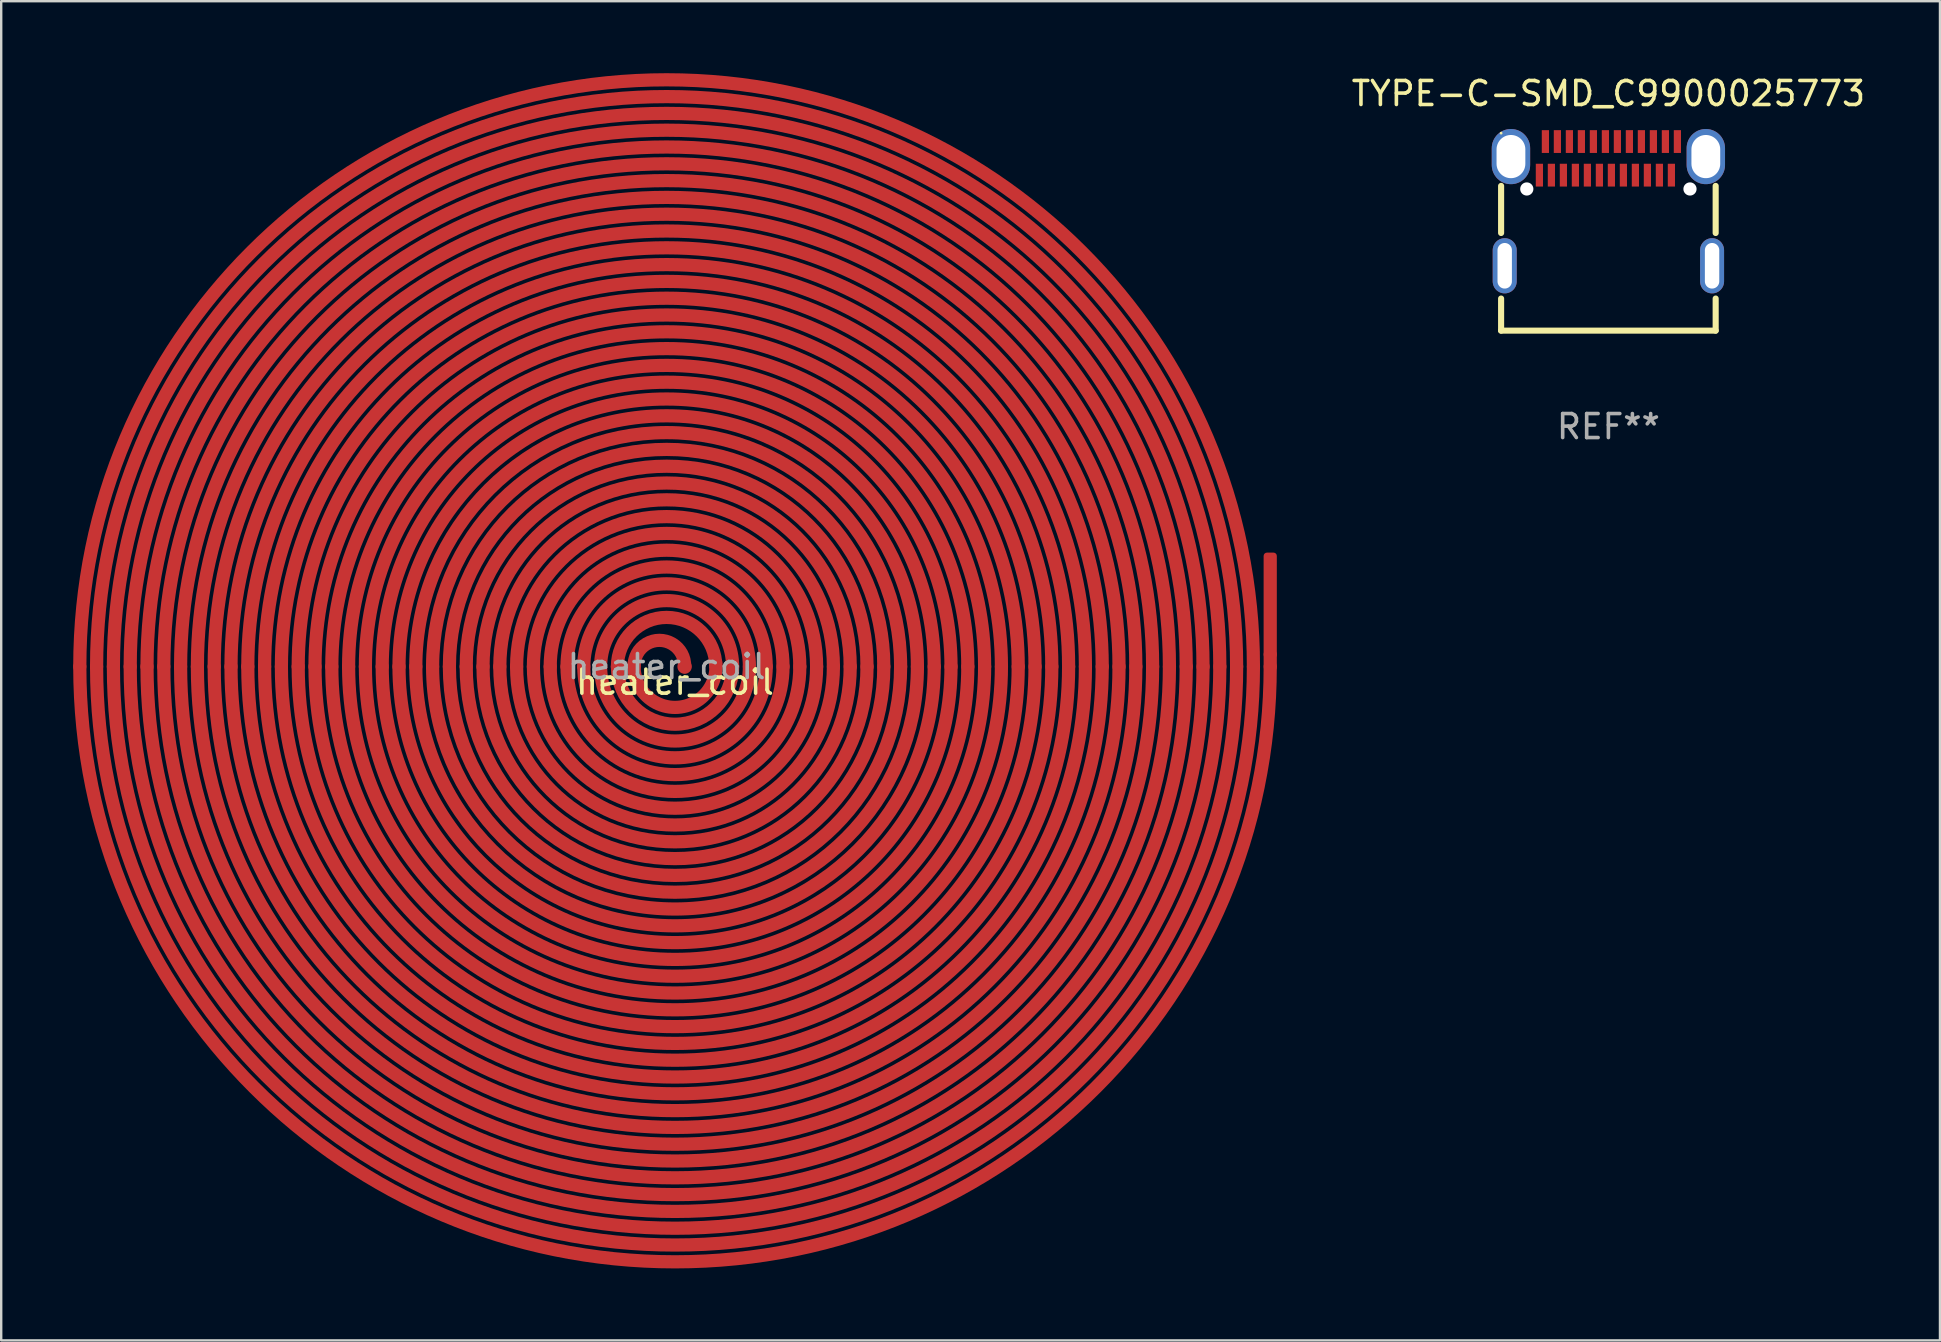
<source format=kicad_pcb>
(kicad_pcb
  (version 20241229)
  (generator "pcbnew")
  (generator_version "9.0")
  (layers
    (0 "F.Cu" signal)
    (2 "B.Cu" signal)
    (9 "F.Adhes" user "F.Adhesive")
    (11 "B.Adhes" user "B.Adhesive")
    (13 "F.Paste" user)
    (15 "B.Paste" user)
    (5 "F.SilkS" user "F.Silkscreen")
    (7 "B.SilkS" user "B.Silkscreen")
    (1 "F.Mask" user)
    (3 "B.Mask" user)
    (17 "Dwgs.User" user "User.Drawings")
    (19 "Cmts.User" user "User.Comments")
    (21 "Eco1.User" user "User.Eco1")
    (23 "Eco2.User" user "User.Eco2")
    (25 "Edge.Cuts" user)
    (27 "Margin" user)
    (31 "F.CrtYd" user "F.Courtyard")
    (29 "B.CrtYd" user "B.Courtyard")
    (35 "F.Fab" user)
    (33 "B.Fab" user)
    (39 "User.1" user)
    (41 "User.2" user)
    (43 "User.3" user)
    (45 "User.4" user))
  (footprint "heater_coil"
    (layer "F.Cu")
    (at 24.725 24.725)
    (property "Reference" "heater_coil" (at 0.35 0.65 0) (unlocked yes) (layer "F.SilkS") (effects (font (size 1 1) (thickness 0.15))))
    (attr smd)
    (fp_line (start 25.15 0) (end 25.15 -0.5) (stroke (width 0.55) (type solid)) (layer "F.Cu"))
    (fp_arc (start -24.45 0) (mid 0 -24.45) (end 24.45 0) (stroke (width 0.55) (type solid)) (layer "F.Cu"))
    (fp_arc (start -23.75 0) (mid 0 -23.75) (end 23.75 0) (stroke (width 0.55) (type solid)) (layer "F.Cu"))
    (fp_arc (start -23.05 0) (mid 0 -23.05) (end 23.05 0) (stroke (width 0.55) (type solid)) (layer "F.Cu"))
    (fp_arc (start -22.35 0) (mid 0 -22.35) (end 22.35 0) (stroke (width 0.55) (type solid)) (layer "F.Cu"))
    (fp_arc (start -21.65 0) (mid 0 -21.65) (end 21.65 0) (stroke (width 0.55) (type solid)) (layer "F.Cu"))
    (fp_arc (start -20.95 0) (mid 0 -20.95) (end 20.95 0) (stroke (width 0.55) (type solid)) (layer "F.Cu"))
    (fp_arc (start -20.25 0) (mid 0 -20.25) (end 20.25 0) (stroke (width 0.55) (type solid)) (layer "F.Cu"))
    (fp_arc (start -19.55 0) (mid 0 -19.55) (end 19.55 0) (stroke (width 0.55) (type solid)) (layer "F.Cu"))
    (fp_arc (start -18.85 0) (mid 0 -18.85) (end 18.85 0) (stroke (width 0.55) (type solid)) (layer "F.Cu"))
    (fp_arc (start -18.15 0) (mid 0 -18.15) (end 18.15 0) (stroke (width 0.55) (type solid)) (layer "F.Cu"))
    (fp_arc (start -17.45 0) (mid 0 -17.45) (end 17.45 0) (stroke (width 0.55) (type solid)) (layer "F.Cu"))
    (fp_arc (start -16.75 0) (mid 0 -16.75) (end 16.75 0) (stroke (width 0.55) (type solid)) (layer "F.Cu"))
    (fp_arc (start -16.05 0) (mid 0 -16.05) (end 16.05 0) (stroke (width 0.55) (type solid)) (layer "F.Cu"))
    (fp_arc (start -15.35 0) (mid 0 -15.35) (end 15.35 0) (stroke (width 0.55) (type solid)) (layer "F.Cu"))
    (fp_arc (start -14.65 0) (mid 0 -14.65) (end 14.65 0) (stroke (width 0.55) (type solid)) (layer "F.Cu"))
    (fp_arc (start -13.95 0) (mid 0 -13.95) (end 13.95 0) (stroke (width 0.55) (type solid)) (layer "F.Cu"))
    (fp_arc (start -13.25 0) (mid 0 -13.25) (end 13.25 0) (stroke (width 0.55) (type solid)) (layer "F.Cu"))
    (fp_arc (start -12.55 0) (mid 0 -12.55) (end 12.55 0) (stroke (width 0.55) (type solid)) (layer "F.Cu"))
    (fp_arc (start -11.85 0) (mid 0 -11.85) (end 11.85 0) (stroke (width 0.55) (type solid)) (layer "F.Cu"))
    (fp_arc (start -11.15 0) (mid 0 -11.15) (end 11.15 0) (stroke (width 0.55) (type solid)) (layer "F.Cu"))
    (fp_arc (start -10.45 0) (mid 0 -10.45) (end 10.45 0) (stroke (width 0.55) (type solid)) (layer "F.Cu"))
    (fp_arc (start -9.75 0) (mid 0 -9.75) (end 9.75 0) (stroke (width 0.55) (type solid)) (layer "F.Cu"))
    (fp_arc (start -9.05 0) (mid 0 -9.05) (end 9.05 0) (stroke (width 0.55) (type solid)) (layer "F.Cu"))
    (fp_arc (start -8.35 0) (mid 0 -8.35) (end 8.35 0) (stroke (width 0.55) (type solid)) (layer "F.Cu"))
    (fp_arc (start -7.65 0) (mid 0 -7.65) (end 7.65 0) (stroke (width 0.55) (type solid)) (layer "F.Cu"))
    (fp_arc (start -6.95 0) (mid 0 -6.95) (end 6.95 0) (stroke (width 0.55) (type solid)) (layer "F.Cu"))
    (fp_arc (start -6.25 0) (mid 0 -6.25) (end 6.25 0) (stroke (width 0.55) (type solid)) (layer "F.Cu"))
    (fp_arc (start -5.55 0) (mid 0 -5.55) (end 5.55 0) (stroke (width 0.55) (type solid)) (layer "F.Cu"))
    (fp_arc (start -4.85 0) (mid 0 -4.85) (end 4.85 0) (stroke (width 0.55) (type solid)) (layer "F.Cu"))
    (fp_arc (start -4.15 0) (mid 0 -4.15) (end 4.15 0) (stroke (width 0.55) (type solid)) (layer "F.Cu"))
    (fp_arc (start -3.45 0) (mid 0 -3.45) (end 3.45 0) (stroke (width 0.55) (type solid)) (layer "F.Cu"))
    (fp_arc (start -2.75 0) (mid 0 -2.75) (end 2.75 0) (stroke (width 0.55) (type solid)) (layer "F.Cu"))
    (fp_arc (start -2.05 0) (mid 0 -2.05) (end 2.05 0) (stroke (width 0.55) (type solid)) (layer "F.Cu"))
    (fp_arc (start -1.35 0) (mid -0.3 -1.093731) (end 0.75 0) (stroke (width 0.55) (type solid)) (layer "F.Cu"))
    (fp_arc (start 2.05 -0.15) (mid 0.35 1.700216) (end -1.35 -0.15) (stroke (width 0.55) (type solid)) (layer "F.Cu"))
    (fp_arc (start 2.75 0) (mid 0.35 2.4) (end -2.05 0) (stroke (width 0.55) (type solid)) (layer "F.Cu"))
    (fp_arc (start 3.45 0) (mid 0.35 3.1) (end -2.75 0) (stroke (width 0.55) (type solid)) (layer "F.Cu"))
    (fp_arc (start 4.15 0) (mid 0.35 3.8) (end -3.45 0) (stroke (width 0.55) (type solid)) (layer "F.Cu"))
    (fp_arc (start 4.85 0) (mid 0.35 4.5) (end -4.15 0) (stroke (width 0.55) (type solid)) (layer "F.Cu"))
    (fp_arc (start 5.55 0) (mid 0.35 5.2) (end -4.85 0) (stroke (width 0.55) (type solid)) (layer "F.Cu"))
    (fp_arc (start 6.25 0) (mid 0.35 5.9) (end -5.55 0) (stroke (width 0.55) (type solid)) (layer "F.Cu"))
    (fp_arc (start 6.95 0) (mid 0.35 6.6) (end -6.25 0) (stroke (width 0.55) (type solid)) (layer "F.Cu"))
    (fp_arc (start 7.65 0) (mid 0.35 7.3) (end -6.95 0) (stroke (width 0.55) (type solid)) (layer "F.Cu"))
    (fp_arc (start 8.35 0) (mid 0.35 8) (end -7.65 0) (stroke (width 0.55) (type solid)) (layer "F.Cu"))
    (fp_arc (start 9.05 0) (mid 0.35 8.7) (end -8.35 0) (stroke (width 0.55) (type solid)) (layer "F.Cu"))
    (fp_arc (start 9.75 0) (mid 0.35 9.4) (end -9.05 0) (stroke (width 0.55) (type solid)) (layer "F.Cu"))
    (fp_arc (start 10.45 0) (mid 0.35 10.1) (end -9.75 0) (stroke (width 0.55) (type solid)) (layer "F.Cu"))
    (fp_arc (start 11.15 0) (mid 0.35 10.8) (end -10.45 0) (stroke (width 0.55) (type solid)) (layer "F.Cu"))
    (fp_arc (start 11.85 0) (mid 0.35 11.5) (end -11.15 0) (stroke (width 0.55) (type solid)) (layer "F.Cu"))
    (fp_arc (start 12.55 0) (mid 0.35 12.2) (end -11.85 0) (stroke (width 0.55) (type solid)) (layer "F.Cu"))
    (fp_arc (start 13.25 0) (mid 0.35 12.9) (end -12.55 0) (stroke (width 0.55) (type solid)) (layer "F.Cu"))
    (fp_arc (start 13.95 0) (mid 0.35 13.6) (end -13.25 0) (stroke (width 0.55) (type solid)) (layer "F.Cu"))
    (fp_arc (start 14.65 0) (mid 0.35 14.3) (end -13.95 0) (stroke (width 0.55) (type solid)) (layer "F.Cu"))
    (fp_arc (start 15.35 0) (mid 0.35 15) (end -14.65 0) (stroke (width 0.55) (type solid)) (layer "F.Cu"))
    (fp_arc (start 16.05 0) (mid 0.35 15.7) (end -15.35 0) (stroke (width 0.55) (type solid)) (layer "F.Cu"))
    (fp_arc (start 16.75 0) (mid 0.35 16.4) (end -16.05 0) (stroke (width 0.55) (type solid)) (layer "F.Cu"))
    (fp_arc (start 17.45 0) (mid 0.35 17.1) (end -16.75 0) (stroke (width 0.55) (type solid)) (layer "F.Cu"))
    (fp_arc (start 18.15 0) (mid 0.35 17.8) (end -17.45 0) (stroke (width 0.55) (type solid)) (layer "F.Cu"))
    (fp_arc (start 18.85 0) (mid 0.35 18.5) (end -18.15 0) (stroke (width 0.55) (type solid)) (layer "F.Cu"))
    (fp_arc (start 19.55 0) (mid 0.35 19.2) (end -18.85 0) (stroke (width 0.55) (type solid)) (layer "F.Cu"))
    (fp_arc (start 20.25 0) (mid 0.35 19.9) (end -19.55 0) (stroke (width 0.55) (type solid)) (layer "F.Cu"))
    (fp_arc (start 20.95 0) (mid 0.35 20.6) (end -20.25 0) (stroke (width 0.55) (type solid)) (layer "F.Cu"))
    (fp_arc (start 21.65 0) (mid 0.35 21.3) (end -20.95 0) (stroke (width 0.55) (type solid)) (layer "F.Cu"))
    (fp_arc (start 22.35 0) (mid 0.35 22) (end -21.65 0) (stroke (width 0.55) (type solid)) (layer "F.Cu"))
    (fp_arc (start 23.05 0) (mid 0.35 22.7) (end -22.35 0) (stroke (width 0.55) (type solid)) (layer "F.Cu"))
    (fp_arc (start 23.75 0) (mid 0.35 23.4) (end -23.05 0) (stroke (width 0.55) (type solid)) (layer "F.Cu"))
    (fp_arc (start 24.45 0) (mid 0.35 24.1) (end -23.75 0) (stroke (width 0.55) (type solid)) (layer "F.Cu"))
    (fp_arc (start 25.15 0) (mid 0.35 24.8) (end -24.45 0) (stroke (width 0.55) (type solid)) (layer "F.Cu"))
    (fp_text user "${REFERENCE}" (at 0 0 0) (unlocked yes) (layer "F.Fab") (effects (font (size 1 1) (thickness 0.15))))
    (pad "1" smd roundrect (at 25.15 -2.55 90) (size 4.4 0.55) (layers "F.Cu") (roundrect_rratio 0.25))
    (pad "2" smd circle (at 0.75 0) (size 0.6 0.6) (layers "F.Cu" "F.Mask" "F.Paste")))
  (footprint "TYPE-C-SMD_C9900025773"
    (layer "F.Cu")
    (at 63.965 5.436)
    (property "Reference" "TYPE-C-SMD_C9900025773" (at 0.000025 -4.588 0) (layer "F.SilkS") (effects (font (size 1 1) (thickness 0.15))))
    (attr through_hole)
    (fp_line (start -4.47 -0.74) (end -4.47 1.222) (stroke (width 0.254) (type solid)) (layer "F.SilkS"))
    (fp_line (start -4.47 3.953) (end -4.47 5.29) (stroke (width 0.254) (type solid)) (layer "F.SilkS"))
    (fp_line (start -4.47 5.29) (end 4.47 5.29) (stroke (width 0.254) (type solid)) (layer "F.SilkS"))
    (fp_line (start 4.47 1.222) (end 4.47 -0.74) (stroke (width 0.254) (type solid)) (layer "F.SilkS"))
    (fp_line (start 4.47 5.29) (end 4.47 3.953) (stroke (width 0.254) (type solid)) (layer "F.SilkS"))
    (fp_circle (center -4.47 -2.938) (end -4.44 -2.938) (stroke (width 0.06) (type solid)) (fill no) (layer "F.SilkS"))
    (fp_circle (center -3.4 -0.612) (end -3.285 -0.612) (stroke (width 0.23) (type solid)) (fill no) (layer "F.Fab"))
    (fp_circle (center 3.4 -0.612) (end 3.515 -0.612) (stroke (width 0.23) (type solid)) (fill no) (layer "F.Fab"))
    (fp_text user "REF**" (at 0.000025 9.29 0) (layer "F.Fab") (effects (font (size 1 1) (thickness 0.15))))
    (pad "" np_thru_hole circle (at -3.4 -0.612) (size 0.55 0.55) (drill 0.55) (layers "*.Cu" "*.Mask"))
    (pad "" np_thru_hole circle (at 3.4 -0.612) (size 0.55 0.55) (drill 0.55) (layers "*.Cu" "*.Mask"))
    (pad "A1" smd rect (at -2.625 -2.588) (size 0.3 0.95) (layers "F.Cu" "F.Mask" "F.Paste"))
    (pad "A2" smd rect (at -2.125 -2.588) (size 0.3 0.95) (layers "F.Cu" "F.Mask" "F.Paste"))
    (pad "A3" smd rect (at -1.625 -2.588) (size 0.3 0.95) (layers "F.Cu" "F.Mask" "F.Paste"))
    (pad "A4" smd rect (at -1.125 -2.588) (size 0.3 0.95) (layers "F.Cu" "F.Mask" "F.Paste"))
    (pad "A5" smd rect (at -0.625 -2.588) (size 0.3 0.95) (layers "F.Cu" "F.Mask" "F.Paste"))
    (pad "A6" smd rect (at -0.125 -2.588) (size 0.3 0.95) (layers "F.Cu" "F.Mask" "F.Paste"))
    (pad "A7" smd rect (at 0.375 -2.588) (size 0.3 0.95) (layers "F.Cu" "F.Mask" "F.Paste"))
    (pad "A8" smd rect (at 0.875 -2.588) (size 0.3 0.95) (layers "F.Cu" "F.Mask" "F.Paste"))
    (pad "A9" smd rect (at 1.375 -2.588) (size 0.3 0.95) (layers "F.Cu" "F.Mask" "F.Paste"))
    (pad "A10" smd rect (at 1.875 -2.588) (size 0.3 0.95) (layers "F.Cu" "F.Mask" "F.Paste"))
    (pad "A11" smd rect (at 2.375 -2.588) (size 0.3 0.95) (layers "F.Cu" "F.Mask" "F.Paste"))
    (pad "A12" smd rect (at 2.875 -2.588) (size 0.3 0.95) (layers "F.Cu" "F.Mask" "F.Paste"))
    (pad "B1" smd rect (at 2.625 -1.188) (size 0.3 0.95) (layers "F.Cu" "F.Mask" "F.Paste"))
    (pad "B2" smd rect (at 2.125 -1.188) (size 0.3 0.95) (layers "F.Cu" "F.Mask" "F.Paste"))
    (pad "B3" smd rect (at 1.625 -1.188) (size 0.3 0.95) (layers "F.Cu" "F.Mask" "F.Paste"))
    (pad "B4" smd rect (at 1.125 -1.188) (size 0.3 0.95) (layers "F.Cu" "F.Mask" "F.Paste"))
    (pad "B5" smd rect (at 0.625 -1.188) (size 0.3 0.95) (layers "F.Cu" "F.Mask" "F.Paste"))
    (pad "B6" smd rect (at 0.125 -1.188) (size 0.3 0.95) (layers "F.Cu" "F.Mask" "F.Paste"))
    (pad "B7" smd rect (at -0.375 -1.188) (size 0.3 0.95) (layers "F.Cu" "F.Mask" "F.Paste"))
    (pad "B8" smd rect (at -0.875 -1.188) (size 0.3 0.95) (layers "F.Cu" "F.Mask" "F.Paste"))
    (pad "B9" smd rect (at -1.375 -1.188) (size 0.3 0.95) (layers "F.Cu" "F.Mask" "F.Paste"))
    (pad "B10" smd rect (at -1.875 -1.188) (size 0.3 0.95) (layers "F.Cu" "F.Mask" "F.Paste"))
    (pad "B11" smd rect (at -2.375 -1.188) (size 0.3 0.95) (layers "F.Cu" "F.Mask" "F.Paste"))
    (pad "B12" smd rect (at -2.875 -1.188) (size 0.3 0.95) (layers "F.Cu" "F.Mask" "F.Paste"))
    (pad "S1" thru_hole oval (at -4.32 2.588) (size 1 2.3) (drill oval 0.6 1.9) (layers "*.Cu" "*.Mask"))
    (pad "S1" thru_hole oval (at -4.06 -1.962) (size 1.6 2.3) (drill oval 1.2 1.8) (layers "*.Cu" "*.Mask"))
    (pad "S1" thru_hole oval (at 4.06 -1.962) (size 1.6 2.3) (drill oval 1.2 1.8) (layers "*.Cu" "*.Mask"))
    (pad "S1" thru_hole oval (at 4.32 2.588) (size 1 2.3) (drill oval 0.6 1.9) (layers "*.Cu" "*.Mask")))
  (gr_rect
    (start -3 -3)
    (end 77.781 52.8)
    (stroke (width 0.1) (type default))
    (fill no)
    (layer "Edge.Cuts")))
</source>
